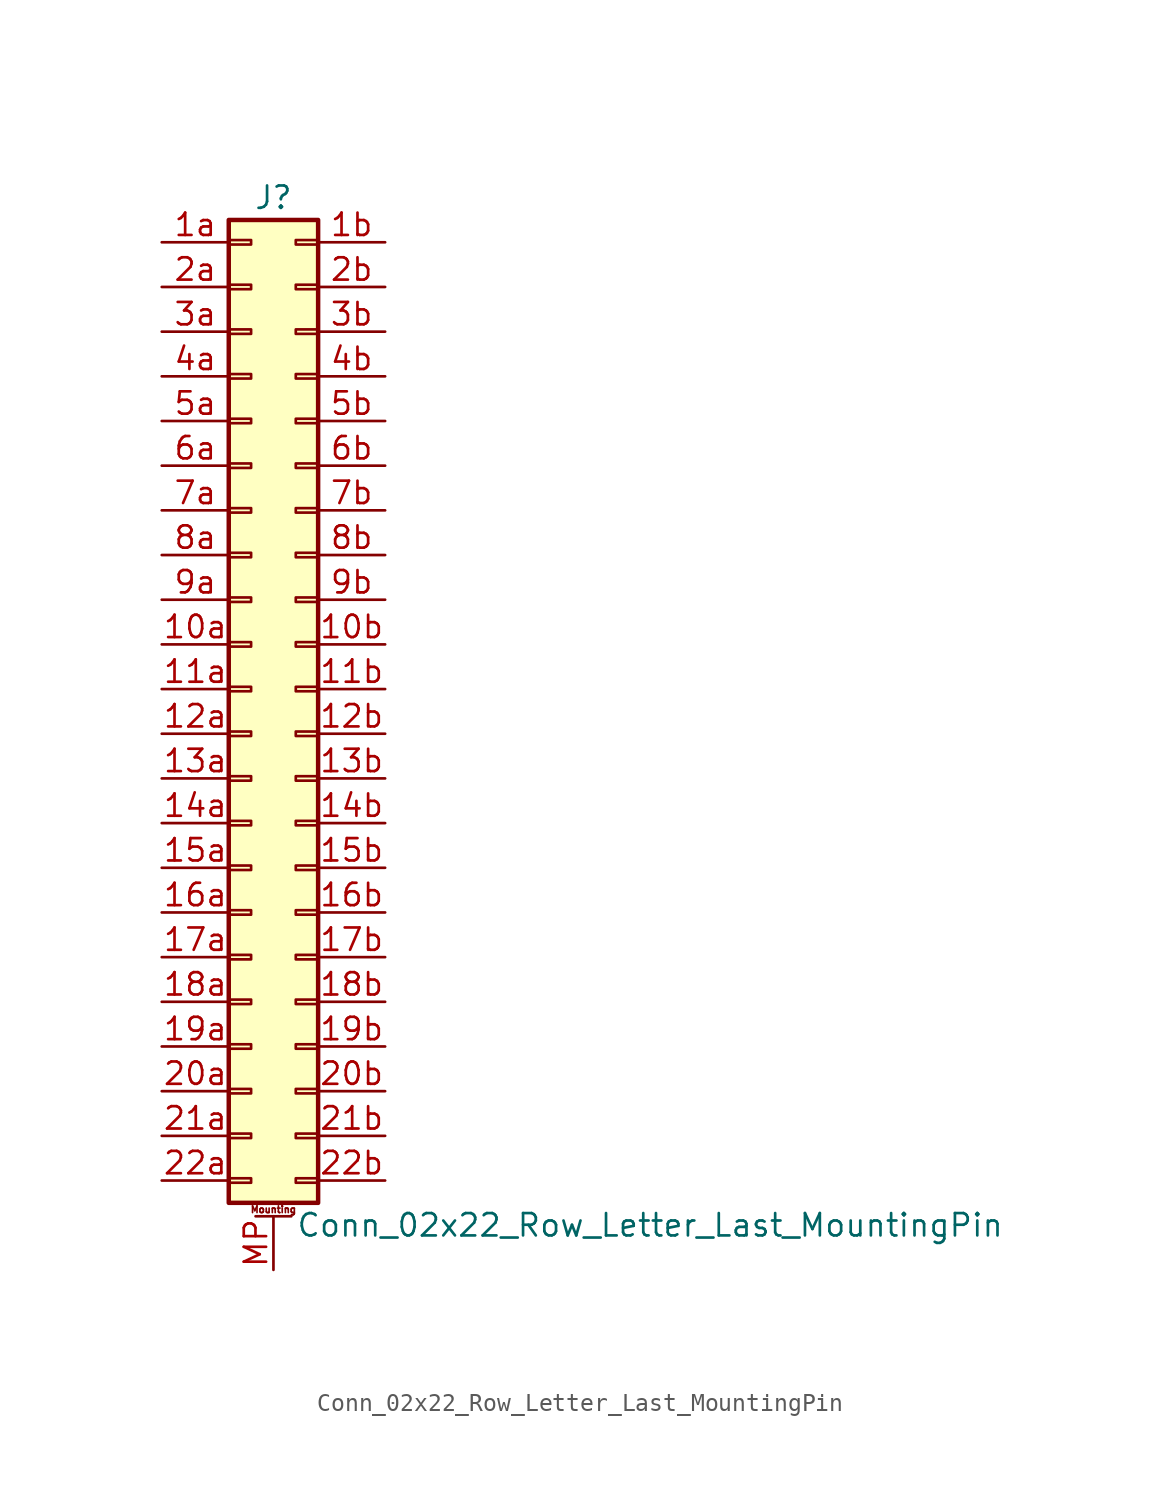
<source format=kicad_sym>
(kicad_symbol_lib
  (version 20220914)
  (generator kicad_symbol_editor)
  (symbol "Conn_02x22_Row_Letter_Last_MountingPin"
    (pin_names
      (offset 1.016) hide)
    (property "Reference" "J"
      (at 1.27 27.94 0)
      (effects (font (size 1.27 1.27))))
    (property "Value" "Conn_02x22_Row_Letter_Last_MountingPin"
      (at 2.54 -30.48 0)
      (effects (font (size 1.27 1.27)) (justify left)))
    (symbol "Conn_02x22_Row_Letter_Last_MountingPin_1_1"
      (rectangle (start -1.27 -27.813) (end 0 -28.067) (stroke (width 0.152) (type default)) (fill (type none)))
      (rectangle (start -1.27 -25.273) (end 0 -25.527) (stroke (width 0.152) (type default)) (fill (type none)))
      (rectangle (start -1.27 -22.733) (end 0 -22.987) (stroke (width 0.152) (type default)) (fill (type none)))
      (rectangle (start -1.27 -20.193) (end 0 -20.447) (stroke (width 0.152) (type default)) (fill (type none)))
      (rectangle (start -1.27 -17.653) (end 0 -17.907) (stroke (width 0.152) (type default)) (fill (type none)))
      (rectangle (start -1.27 -15.113) (end 0 -15.367) (stroke (width 0.152) (type default)) (fill (type none)))
      (rectangle (start -1.27 -12.573) (end 0 -12.827) (stroke (width 0.152) (type default)) (fill (type none)))
      (rectangle (start -1.27 -10.033) (end 0 -10.287) (stroke (width 0.152) (type default)) (fill (type none)))
      (rectangle (start -1.27 -7.493) (end 0 -7.747) (stroke (width 0.152) (type default)) (fill (type none)))
      (rectangle (start -1.27 -4.953) (end 0 -5.207) (stroke (width 0.152) (type default)) (fill (type none)))
      (rectangle (start -1.27 -2.413) (end 0 -2.667) (stroke (width 0.152) (type default)) (fill (type none)))
      (rectangle (start -1.27 0.127) (end 0 -0.127) (stroke (width 0.152) (type default)) (fill (type none)))
      (rectangle (start -1.27 2.667) (end 0 2.413) (stroke (width 0.152) (type default)) (fill (type none)))
      (rectangle (start -1.27 5.207) (end 0 4.953) (stroke (width 0.152) (type default)) (fill (type none)))
      (rectangle (start -1.27 7.747) (end 0 7.493) (stroke (width 0.152) (type default)) (fill (type none)))
      (rectangle (start -1.27 10.287) (end 0 10.033) (stroke (width 0.152) (type default)) (fill (type none)))
      (rectangle (start -1.27 12.827) (end 0 12.573) (stroke (width 0.152) (type default)) (fill (type none)))
      (rectangle (start -1.27 15.367) (end 0 15.113) (stroke (width 0.152) (type default)) (fill (type none)))
      (rectangle (start -1.27 17.907) (end 0 17.653) (stroke (width 0.152) (type default)) (fill (type none)))
      (rectangle (start -1.27 20.447) (end 0 20.193) (stroke (width 0.152) (type default)) (fill (type none)))
      (rectangle (start -1.27 22.987) (end 0 22.733) (stroke (width 0.152) (type default)) (fill (type none)))
      (rectangle (start -1.27 25.527) (end 0 25.273) (stroke (width 0.152) (type default)) (fill (type none)))
      (rectangle (start -1.27 26.67) (end 3.81 -29.21) (stroke (width 0.254) (type default)) (fill (type background)))
      (polyline (pts (xy 0.254 -29.972) (xy 2.286 -29.972)) (stroke (width 0.152) (type default)) (fill (type none)))
      (rectangle (start 3.81 -27.813) (end 2.54 -28.067) (stroke (width 0.152) (type default)) (fill (type none)))
      (rectangle (start 3.81 -25.273) (end 2.54 -25.527) (stroke (width 0.152) (type default)) (fill (type none)))
      (rectangle (start 3.81 -22.733) (end 2.54 -22.987) (stroke (width 0.152) (type default)) (fill (type none)))
      (rectangle (start 3.81 -20.193) (end 2.54 -20.447) (stroke (width 0.152) (type default)) (fill (type none)))
      (rectangle (start 3.81 -17.653) (end 2.54 -17.907) (stroke (width 0.152) (type default)) (fill (type none)))
      (rectangle (start 3.81 -15.113) (end 2.54 -15.367) (stroke (width 0.152) (type default)) (fill (type none)))
      (rectangle (start 3.81 -12.573) (end 2.54 -12.827) (stroke (width 0.152) (type default)) (fill (type none)))
      (rectangle (start 3.81 -10.033) (end 2.54 -10.287) (stroke (width 0.152) (type default)) (fill (type none)))
      (rectangle (start 3.81 -7.493) (end 2.54 -7.747) (stroke (width 0.152) (type default)) (fill (type none)))
      (rectangle (start 3.81 -4.953) (end 2.54 -5.207) (stroke (width 0.152) (type default)) (fill (type none)))
      (rectangle (start 3.81 -2.413) (end 2.54 -2.667) (stroke (width 0.152) (type default)) (fill (type none)))
      (rectangle (start 3.81 0.127) (end 2.54 -0.127) (stroke (width 0.152) (type default)) (fill (type none)))
      (rectangle (start 3.81 2.667) (end 2.54 2.413) (stroke (width 0.152) (type default)) (fill (type none)))
      (rectangle (start 3.81 5.207) (end 2.54 4.953) (stroke (width 0.152) (type default)) (fill (type none)))
      (rectangle (start 3.81 7.747) (end 2.54 7.493) (stroke (width 0.152) (type default)) (fill (type none)))
      (rectangle (start 3.81 10.287) (end 2.54 10.033) (stroke (width 0.152) (type default)) (fill (type none)))
      (rectangle (start 3.81 12.827) (end 2.54 12.573) (stroke (width 0.152) (type default)) (fill (type none)))
      (rectangle (start 3.81 15.367) (end 2.54 15.113) (stroke (width 0.152) (type default)) (fill (type none)))
      (rectangle (start 3.81 17.907) (end 2.54 17.653) (stroke (width 0.152) (type default)) (fill (type none)))
      (rectangle (start 3.81 20.447) (end 2.54 20.193) (stroke (width 0.152) (type default)) (fill (type none)))
      (rectangle (start 3.81 22.987) (end 2.54 22.733) (stroke (width 0.152) (type default)) (fill (type none)))
      (rectangle (start 3.81 25.527) (end 2.54 25.273) (stroke (width 0.152) (type default)) (fill (type none)))
      (text "Mounting" (at 1.27 -29.591 0) (effects (font (size 0.381 0.381))))
      (pin passive line (at -5.08 2.54 0) (length 3.81) (name "Pin_10a" (effects (font (size 1.27 1.27)))) (number "10a" (effects (font (size 1.27 1.27)))))
      (pin passive line (at 7.62 2.54 180) (length 3.81) (name "Pin_10b" (effects (font (size 1.27 1.27)))) (number "10b" (effects (font (size 1.27 1.27)))))
      (pin passive line (at -5.08 0 0) (length 3.81) (name "Pin_11a" (effects (font (size 1.27 1.27)))) (number "11a" (effects (font (size 1.27 1.27)))))
      (pin passive line (at 7.62 0 180) (length 3.81) (name "Pin_11b" (effects (font (size 1.27 1.27)))) (number "11b" (effects (font (size 1.27 1.27)))))
      (pin passive line (at -5.08 -2.54 0) (length 3.81) (name "Pin_12a" (effects (font (size 1.27 1.27)))) (number "12a" (effects (font (size 1.27 1.27)))))
      (pin passive line (at 7.62 -2.54 180) (length 3.81) (name "Pin_12b" (effects (font (size 1.27 1.27)))) (number "12b" (effects (font (size 1.27 1.27)))))
      (pin passive line (at -5.08 -5.08 0) (length 3.81) (name "Pin_13a" (effects (font (size 1.27 1.27)))) (number "13a" (effects (font (size 1.27 1.27)))))
      (pin passive line (at 7.62 -5.08 180) (length 3.81) (name "Pin_13b" (effects (font (size 1.27 1.27)))) (number "13b" (effects (font (size 1.27 1.27)))))
      (pin passive line (at -5.08 -7.62 0) (length 3.81) (name "Pin_14a" (effects (font (size 1.27 1.27)))) (number "14a" (effects (font (size 1.27 1.27)))))
      (pin passive line (at 7.62 -7.62 180) (length 3.81) (name "Pin_14b" (effects (font (size 1.27 1.27)))) (number "14b" (effects (font (size 1.27 1.27)))))
      (pin passive line (at -5.08 -10.16 0) (length 3.81) (name "Pin_15a" (effects (font (size 1.27 1.27)))) (number "15a" (effects (font (size 1.27 1.27)))))
      (pin passive line (at 7.62 -10.16 180) (length 3.81) (name "Pin_15b" (effects (font (size 1.27 1.27)))) (number "15b" (effects (font (size 1.27 1.27)))))
      (pin passive line (at -5.08 -12.7 0) (length 3.81) (name "Pin_16a" (effects (font (size 1.27 1.27)))) (number "16a" (effects (font (size 1.27 1.27)))))
      (pin passive line (at 7.62 -12.7 180) (length 3.81) (name "Pin_16b" (effects (font (size 1.27 1.27)))) (number "16b" (effects (font (size 1.27 1.27)))))
      (pin passive line (at -5.08 -15.24 0) (length 3.81) (name "Pin_17a" (effects (font (size 1.27 1.27)))) (number "17a" (effects (font (size 1.27 1.27)))))
      (pin passive line (at 7.62 -15.24 180) (length 3.81) (name "Pin_17b" (effects (font (size 1.27 1.27)))) (number "17b" (effects (font (size 1.27 1.27)))))
      (pin passive line (at -5.08 -17.78 0) (length 3.81) (name "Pin_18a" (effects (font (size 1.27 1.27)))) (number "18a" (effects (font (size 1.27 1.27)))))
      (pin passive line (at 7.62 -17.78 180) (length 3.81) (name "Pin_18b" (effects (font (size 1.27 1.27)))) (number "18b" (effects (font (size 1.27 1.27)))))
      (pin passive line (at -5.08 -20.32 0) (length 3.81) (name "Pin_19a" (effects (font (size 1.27 1.27)))) (number "19a" (effects (font (size 1.27 1.27)))))
      (pin passive line (at 7.62 -20.32 180) (length 3.81) (name "Pin_19b" (effects (font (size 1.27 1.27)))) (number "19b" (effects (font (size 1.27 1.27)))))
      (pin passive line (at -5.08 25.4 0) (length 3.81) (name "Pin_1a" (effects (font (size 1.27 1.27)))) (number "1a" (effects (font (size 1.27 1.27)))))
      (pin passive line (at 7.62 25.4 180) (length 3.81) (name "Pin_1b" (effects (font (size 1.27 1.27)))) (number "1b" (effects (font (size 1.27 1.27)))))
      (pin passive line (at -5.08 -22.86 0) (length 3.81) (name "Pin_20a" (effects (font (size 1.27 1.27)))) (number "20a" (effects (font (size 1.27 1.27)))))
      (pin passive line (at 7.62 -22.86 180) (length 3.81) (name "Pin_20b" (effects (font (size 1.27 1.27)))) (number "20b" (effects (font (size 1.27 1.27)))))
      (pin passive line (at -5.08 -25.4 0) (length 3.81) (name "Pin_21a" (effects (font (size 1.27 1.27)))) (number "21a" (effects (font (size 1.27 1.27)))))
      (pin passive line (at 7.62 -25.4 180) (length 3.81) (name "Pin_21b" (effects (font (size 1.27 1.27)))) (number "21b" (effects (font (size 1.27 1.27)))))
      (pin passive line (at -5.08 -27.94 0) (length 3.81) (name "Pin_22a" (effects (font (size 1.27 1.27)))) (number "22a" (effects (font (size 1.27 1.27)))))
      (pin passive line (at 7.62 -27.94 180) (length 3.81) (name "Pin_22b" (effects (font (size 1.27 1.27)))) (number "22b" (effects (font (size 1.27 1.27)))))
      (pin passive line (at -5.08 22.86 0) (length 3.81) (name "Pin_2a" (effects (font (size 1.27 1.27)))) (number "2a" (effects (font (size 1.27 1.27)))))
      (pin passive line (at 7.62 22.86 180) (length 3.81) (name "Pin_2b" (effects (font (size 1.27 1.27)))) (number "2b" (effects (font (size 1.27 1.27)))))
      (pin passive line (at -5.08 20.32 0) (length 3.81) (name "Pin_3a" (effects (font (size 1.27 1.27)))) (number "3a" (effects (font (size 1.27 1.27)))))
      (pin passive line (at 7.62 20.32 180) (length 3.81) (name "Pin_3b" (effects (font (size 1.27 1.27)))) (number "3b" (effects (font (size 1.27 1.27)))))
      (pin passive line (at -5.08 17.78 0) (length 3.81) (name "Pin_4a" (effects (font (size 1.27 1.27)))) (number "4a" (effects (font (size 1.27 1.27)))))
      (pin passive line (at 7.62 17.78 180) (length 3.81) (name "Pin_4b" (effects (font (size 1.27 1.27)))) (number "4b" (effects (font (size 1.27 1.27)))))
      (pin passive line (at -5.08 15.24 0) (length 3.81) (name "Pin_5a" (effects (font (size 1.27 1.27)))) (number "5a" (effects (font (size 1.27 1.27)))))
      (pin passive line (at 7.62 15.24 180) (length 3.81) (name "Pin_5b" (effects (font (size 1.27 1.27)))) (number "5b" (effects (font (size 1.27 1.27)))))
      (pin passive line (at -5.08 12.7 0) (length 3.81) (name "Pin_6a" (effects (font (size 1.27 1.27)))) (number "6a" (effects (font (size 1.27 1.27)))))
      (pin passive line (at 7.62 12.7 180) (length 3.81) (name "Pin_6b" (effects (font (size 1.27 1.27)))) (number "6b" (effects (font (size 1.27 1.27)))))
      (pin passive line (at -5.08 10.16 0) (length 3.81) (name "Pin_7a" (effects (font (size 1.27 1.27)))) (number "7a" (effects (font (size 1.27 1.27)))))
      (pin passive line (at 7.62 10.16 180) (length 3.81) (name "Pin_7b" (effects (font (size 1.27 1.27)))) (number "7b" (effects (font (size 1.27 1.27)))))
      (pin passive line (at -5.08 7.62 0) (length 3.81) (name "Pin_8a" (effects (font (size 1.27 1.27)))) (number "8a" (effects (font (size 1.27 1.27)))))
      (pin passive line (at 7.62 7.62 180) (length 3.81) (name "Pin_8b" (effects (font (size 1.27 1.27)))) (number "8b" (effects (font (size 1.27 1.27)))))
      (pin passive line (at -5.08 5.08 0) (length 3.81) (name "Pin_9a" (effects (font (size 1.27 1.27)))) (number "9a" (effects (font (size 1.27 1.27)))))
      (pin passive line (at 7.62 5.08 180) (length 3.81) (name "Pin_9b" (effects (font (size 1.27 1.27)))) (number "9b" (effects (font (size 1.27 1.27)))))
      (pin passive line (at 1.27 -33.02 90) (length 3.048) (name "MountPin" (effects (font (size 1.27 1.27)))) (number "MP" (effects (font (size 1.27 1.27))))))))
</source>
